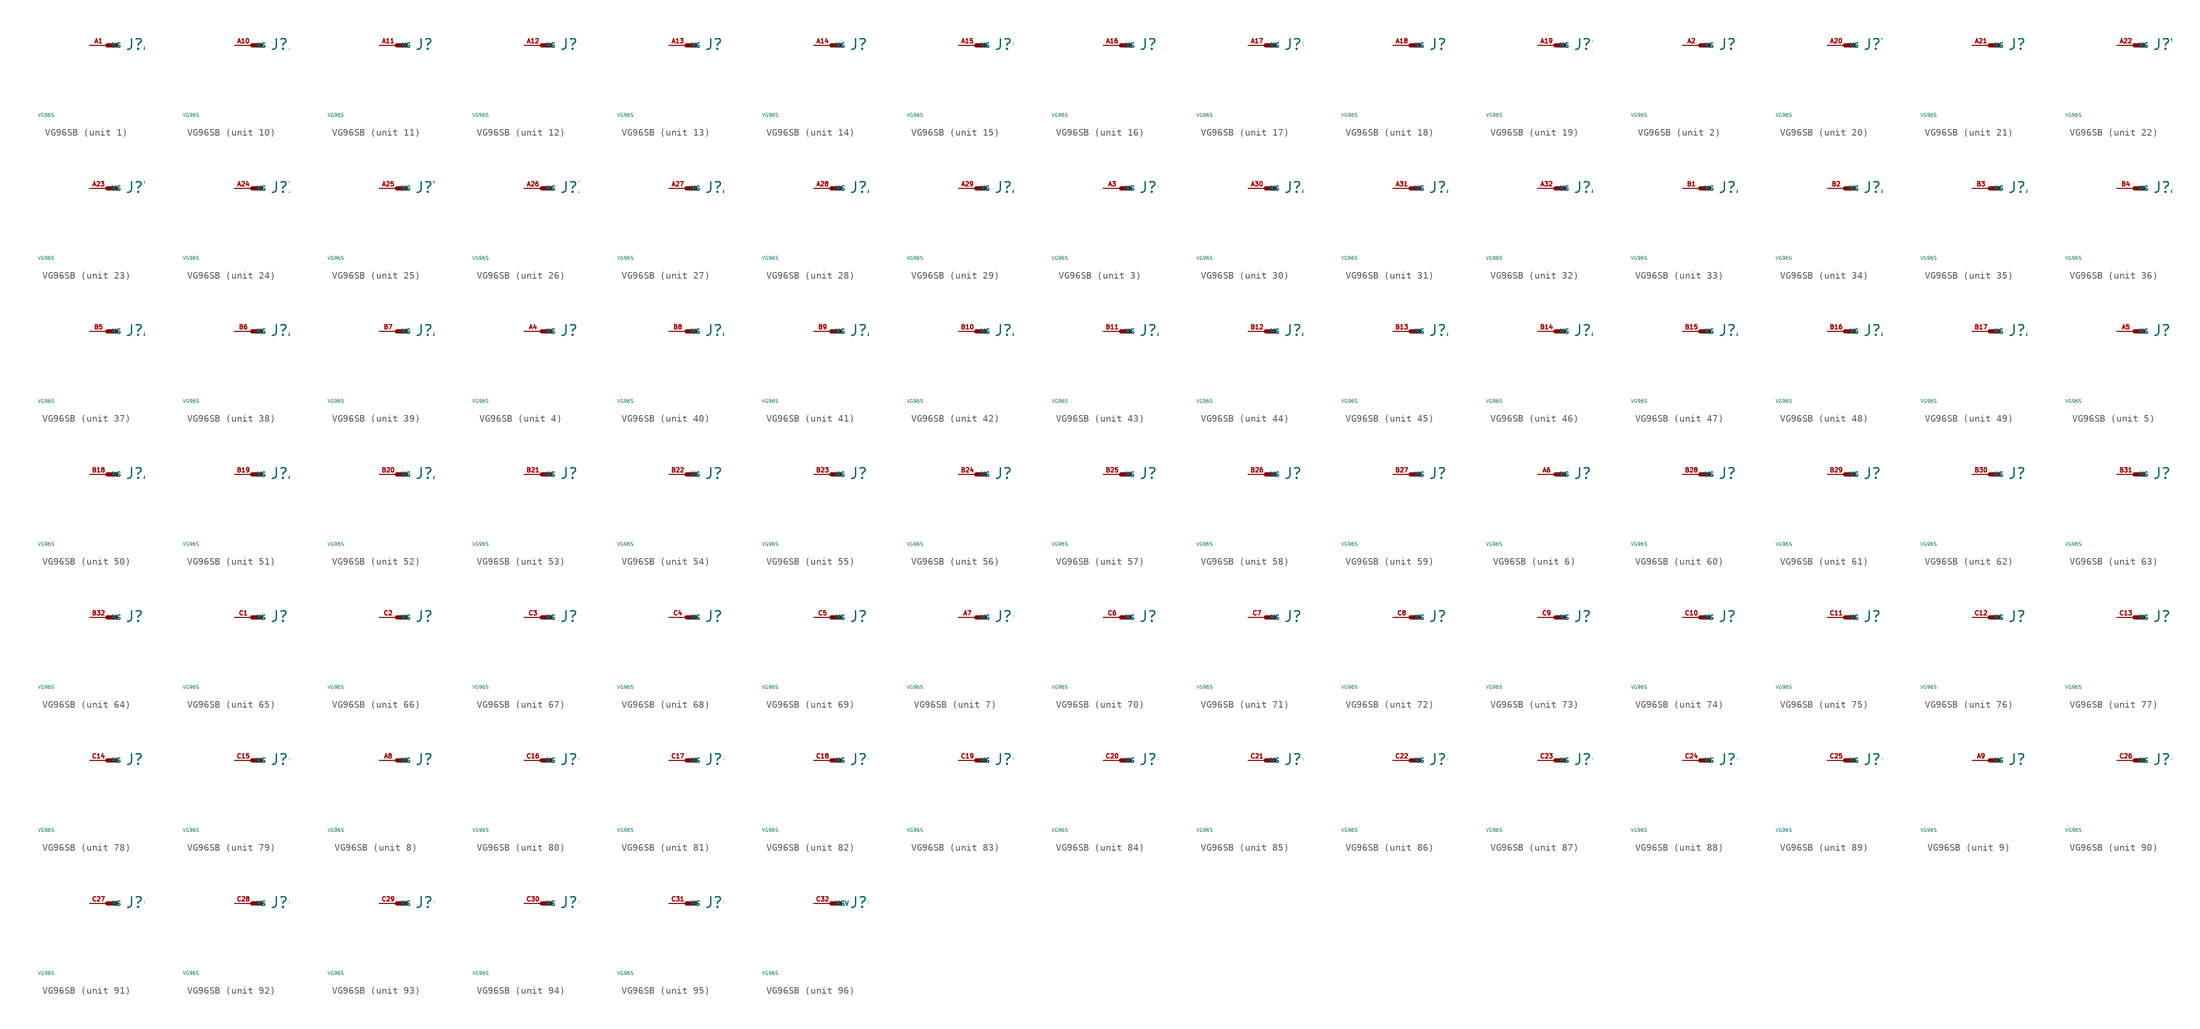
<source format=kicad_sym>
(kicad_symbol_lib
  (version 20220914)
  (generator Eagle2Kicad)
  (symbol "VG96SB"
    (property "Reference" "J"
      (at 2.54 -0.762 0)
      (effects (font (size 1.524 1.524) (thickness 0.19)) (justify left bottom)))
    (property "Value" "VG96S"
      (at -10 -10 0)
      (effects (font (size 0.5 0.5) (thickness 0.06)) (justify left)))
    (symbol "VG96SB_1_0"
      (polyline (pts (xy 0 0) (xy 1.27 0)) (stroke (width 0.61) (type default)) (fill (type none)))
      (pin passive line (at -2.54 0 0) (length 2.54) (name "MS" (effects (font (size 0.635 0.635) (thickness 0.08)) (justify left bottom))) (number "A1" (effects (font (size 0.635 0.635) (thickness 0.08)) (justify left bottom)))))
    (symbol "VG96SB_2_0"
      (polyline (pts (xy 0 0) (xy 1.27 0)) (stroke (width 0.61) (type default)) (fill (type none)))
      (pin passive line (at -2.54 0 0) (length 2.54) (name "MS" (effects (font (size 0.635 0.635) (thickness 0.08)) (justify left bottom))) (number "A2" (effects (font (size 0.635 0.635) (thickness 0.08)) (justify left bottom)))))
    (symbol "VG96SB_3_0"
      (polyline (pts (xy 0 0) (xy 1.27 0)) (stroke (width 0.61) (type default)) (fill (type none)))
      (pin passive line (at -2.54 0 0) (length 2.54) (name "MS" (effects (font (size 0.635 0.635) (thickness 0.08)) (justify left bottom))) (number "A3" (effects (font (size 0.635 0.635) (thickness 0.08)) (justify left bottom)))))
    (symbol "VG96SB_4_0"
      (polyline (pts (xy 0 0) (xy 1.27 0)) (stroke (width 0.61) (type default)) (fill (type none)))
      (pin passive line (at -2.54 0 0) (length 2.54) (name "MS" (effects (font (size 0.635 0.635) (thickness 0.08)) (justify left bottom))) (number "A4" (effects (font (size 0.635 0.635) (thickness 0.08)) (justify left bottom)))))
    (symbol "VG96SB_5_0"
      (polyline (pts (xy 0 0) (xy 1.27 0)) (stroke (width 0.61) (type default)) (fill (type none)))
      (pin passive line (at -2.54 0 0) (length 2.54) (name "MS" (effects (font (size 0.635 0.635) (thickness 0.08)) (justify left bottom))) (number "A5" (effects (font (size 0.635 0.635) (thickness 0.08)) (justify left bottom)))))
    (symbol "VG96SB_6_0"
      (polyline (pts (xy 0 0) (xy 1.27 0)) (stroke (width 0.61) (type default)) (fill (type none)))
      (pin passive line (at -2.54 0 0) (length 2.54) (name "MS" (effects (font (size 0.635 0.635) (thickness 0.08)) (justify left bottom))) (number "A6" (effects (font (size 0.635 0.635) (thickness 0.08)) (justify left bottom)))))
    (symbol "VG96SB_7_0"
      (polyline (pts (xy 0 0) (xy 1.27 0)) (stroke (width 0.61) (type default)) (fill (type none)))
      (pin passive line (at -2.54 0 0) (length 2.54) (name "MS" (effects (font (size 0.635 0.635) (thickness 0.08)) (justify left bottom))) (number "A7" (effects (font (size 0.635 0.635) (thickness 0.08)) (justify left bottom)))))
    (symbol "VG96SB_8_0"
      (polyline (pts (xy 0 0) (xy 1.27 0)) (stroke (width 0.61) (type default)) (fill (type none)))
      (pin passive line (at -2.54 0 0) (length 2.54) (name "MS" (effects (font (size 0.635 0.635) (thickness 0.08)) (justify left bottom))) (number "A8" (effects (font (size 0.635 0.635) (thickness 0.08)) (justify left bottom)))))
    (symbol "VG96SB_9_0"
      (polyline (pts (xy 0 0) (xy 1.27 0)) (stroke (width 0.61) (type default)) (fill (type none)))
      (pin passive line (at -2.54 0 0) (length 2.54) (name "MS" (effects (font (size 0.635 0.635) (thickness 0.08)) (justify left bottom))) (number "A9" (effects (font (size 0.635 0.635) (thickness 0.08)) (justify left bottom)))))
    (symbol "VG96SB_10_0"
      (polyline (pts (xy 0 0) (xy 1.27 0)) (stroke (width 0.61) (type default)) (fill (type none)))
      (pin passive line (at -2.54 0 0) (length 2.54) (name "MS" (effects (font (size 0.635 0.635) (thickness 0.08)) (justify left bottom))) (number "A10" (effects (font (size 0.635 0.635) (thickness 0.08)) (justify left bottom)))))
    (symbol "VG96SB_11_0"
      (polyline (pts (xy 0 0) (xy 1.27 0)) (stroke (width 0.61) (type default)) (fill (type none)))
      (pin passive line (at -2.54 0 0) (length 2.54) (name "MS" (effects (font (size 0.635 0.635) (thickness 0.08)) (justify left bottom))) (number "A11" (effects (font (size 0.635 0.635) (thickness 0.08)) (justify left bottom)))))
    (symbol "VG96SB_12_0"
      (polyline (pts (xy 0 0) (xy 1.27 0)) (stroke (width 0.61) (type default)) (fill (type none)))
      (pin passive line (at -2.54 0 0) (length 2.54) (name "MS" (effects (font (size 0.635 0.635) (thickness 0.08)) (justify left bottom))) (number "A12" (effects (font (size 0.635 0.635) (thickness 0.08)) (justify left bottom)))))
    (symbol "VG96SB_13_0"
      (polyline (pts (xy 0 0) (xy 1.27 0)) (stroke (width 0.61) (type default)) (fill (type none)))
      (pin passive line (at -2.54 0 0) (length 2.54) (name "MS" (effects (font (size 0.635 0.635) (thickness 0.08)) (justify left bottom))) (number "A13" (effects (font (size 0.635 0.635) (thickness 0.08)) (justify left bottom)))))
    (symbol "VG96SB_14_0"
      (polyline (pts (xy 0 0) (xy 1.27 0)) (stroke (width 0.61) (type default)) (fill (type none)))
      (pin passive line (at -2.54 0 0) (length 2.54) (name "MS" (effects (font (size 0.635 0.635) (thickness 0.08)) (justify left bottom))) (number "A14" (effects (font (size 0.635 0.635) (thickness 0.08)) (justify left bottom)))))
    (symbol "VG96SB_15_0"
      (polyline (pts (xy 0 0) (xy 1.27 0)) (stroke (width 0.61) (type default)) (fill (type none)))
      (pin passive line (at -2.54 0 0) (length 2.54) (name "MS" (effects (font (size 0.635 0.635) (thickness 0.08)) (justify left bottom))) (number "A15" (effects (font (size 0.635 0.635) (thickness 0.08)) (justify left bottom)))))
    (symbol "VG96SB_16_0"
      (polyline (pts (xy 0 0) (xy 1.27 0)) (stroke (width 0.61) (type default)) (fill (type none)))
      (pin passive line (at -2.54 0 0) (length 2.54) (name "MS" (effects (font (size 0.635 0.635) (thickness 0.08)) (justify left bottom))) (number "A16" (effects (font (size 0.635 0.635) (thickness 0.08)) (justify left bottom)))))
    (symbol "VG96SB_17_0"
      (polyline (pts (xy 0 0) (xy 1.27 0)) (stroke (width 0.61) (type default)) (fill (type none)))
      (pin passive line (at -2.54 0 0) (length 2.54) (name "MS" (effects (font (size 0.635 0.635) (thickness 0.08)) (justify left bottom))) (number "A17" (effects (font (size 0.635 0.635) (thickness 0.08)) (justify left bottom)))))
    (symbol "VG96SB_18_0"
      (polyline (pts (xy 0 0) (xy 1.27 0)) (stroke (width 0.61) (type default)) (fill (type none)))
      (pin passive line (at -2.54 0 0) (length 2.54) (name "MS" (effects (font (size 0.635 0.635) (thickness 0.08)) (justify left bottom))) (number "A18" (effects (font (size 0.635 0.635) (thickness 0.08)) (justify left bottom)))))
    (symbol "VG96SB_19_0"
      (polyline (pts (xy 0 0) (xy 1.27 0)) (stroke (width 0.61) (type default)) (fill (type none)))
      (pin passive line (at -2.54 0 0) (length 2.54) (name "MS" (effects (font (size 0.635 0.635) (thickness 0.08)) (justify left bottom))) (number "A19" (effects (font (size 0.635 0.635) (thickness 0.08)) (justify left bottom)))))
    (symbol "VG96SB_20_0"
      (polyline (pts (xy 0 0) (xy 1.27 0)) (stroke (width 0.61) (type default)) (fill (type none)))
      (pin passive line (at -2.54 0 0) (length 2.54) (name "MS" (effects (font (size 0.635 0.635) (thickness 0.08)) (justify left bottom))) (number "A20" (effects (font (size 0.635 0.635) (thickness 0.08)) (justify left bottom)))))
    (symbol "VG96SB_21_0"
      (polyline (pts (xy 0 0) (xy 1.27 0)) (stroke (width 0.61) (type default)) (fill (type none)))
      (pin passive line (at -2.54 0 0) (length 2.54) (name "MS" (effects (font (size 0.635 0.635) (thickness 0.08)) (justify left bottom))) (number "A21" (effects (font (size 0.635 0.635) (thickness 0.08)) (justify left bottom)))))
    (symbol "VG96SB_22_0"
      (polyline (pts (xy 0 0) (xy 1.27 0)) (stroke (width 0.61) (type default)) (fill (type none)))
      (pin passive line (at -2.54 0 0) (length 2.54) (name "MS" (effects (font (size 0.635 0.635) (thickness 0.08)) (justify left bottom))) (number "A22" (effects (font (size 0.635 0.635) (thickness 0.08)) (justify left bottom)))))
    (symbol "VG96SB_23_0"
      (polyline (pts (xy 0 0) (xy 1.27 0)) (stroke (width 0.61) (type default)) (fill (type none)))
      (pin passive line (at -2.54 0 0) (length 2.54) (name "MS" (effects (font (size 0.635 0.635) (thickness 0.08)) (justify left bottom))) (number "A23" (effects (font (size 0.635 0.635) (thickness 0.08)) (justify left bottom)))))
    (symbol "VG96SB_24_0"
      (polyline (pts (xy 0 0) (xy 1.27 0)) (stroke (width 0.61) (type default)) (fill (type none)))
      (pin passive line (at -2.54 0 0) (length 2.54) (name "MS" (effects (font (size 0.635 0.635) (thickness 0.08)) (justify left bottom))) (number "A24" (effects (font (size 0.635 0.635) (thickness 0.08)) (justify left bottom)))))
    (symbol "VG96SB_25_0"
      (polyline (pts (xy 0 0) (xy 1.27 0)) (stroke (width 0.61) (type default)) (fill (type none)))
      (pin passive line (at -2.54 0 0) (length 2.54) (name "MS" (effects (font (size 0.635 0.635) (thickness 0.08)) (justify left bottom))) (number "A25" (effects (font (size 0.635 0.635) (thickness 0.08)) (justify left bottom)))))
    (symbol "VG96SB_26_0"
      (polyline (pts (xy 0 0) (xy 1.27 0)) (stroke (width 0.61) (type default)) (fill (type none)))
      (pin passive line (at -2.54 0 0) (length 2.54) (name "MS" (effects (font (size 0.635 0.635) (thickness 0.08)) (justify left bottom))) (number "A26" (effects (font (size 0.635 0.635) (thickness 0.08)) (justify left bottom)))))
    (symbol "VG96SB_27_0"
      (polyline (pts (xy 0 0) (xy 1.27 0)) (stroke (width 0.61) (type default)) (fill (type none)))
      (pin passive line (at -2.54 0 0) (length 2.54) (name "MS" (effects (font (size 0.635 0.635) (thickness 0.08)) (justify left bottom))) (number "A27" (effects (font (size 0.635 0.635) (thickness 0.08)) (justify left bottom)))))
    (symbol "VG96SB_28_0"
      (polyline (pts (xy 0 0) (xy 1.27 0)) (stroke (width 0.61) (type default)) (fill (type none)))
      (pin passive line (at -2.54 0 0) (length 2.54) (name "MS" (effects (font (size 0.635 0.635) (thickness 0.08)) (justify left bottom))) (number "A28" (effects (font (size 0.635 0.635) (thickness 0.08)) (justify left bottom)))))
    (symbol "VG96SB_29_0"
      (polyline (pts (xy 0 0) (xy 1.27 0)) (stroke (width 0.61) (type default)) (fill (type none)))
      (pin passive line (at -2.54 0 0) (length 2.54) (name "MS" (effects (font (size 0.635 0.635) (thickness 0.08)) (justify left bottom))) (number "A29" (effects (font (size 0.635 0.635) (thickness 0.08)) (justify left bottom)))))
    (symbol "VG96SB_30_0"
      (polyline (pts (xy 0 0) (xy 1.27 0)) (stroke (width 0.61) (type default)) (fill (type none)))
      (pin passive line (at -2.54 0 0) (length 2.54) (name "MS" (effects (font (size 0.635 0.635) (thickness 0.08)) (justify left bottom))) (number "A30" (effects (font (size 0.635 0.635) (thickness 0.08)) (justify left bottom)))))
    (symbol "VG96SB_31_0"
      (polyline (pts (xy 0 0) (xy 1.27 0)) (stroke (width 0.61) (type default)) (fill (type none)))
      (pin passive line (at -2.54 0 0) (length 2.54) (name "MS" (effects (font (size 0.635 0.635) (thickness 0.08)) (justify left bottom))) (number "A31" (effects (font (size 0.635 0.635) (thickness 0.08)) (justify left bottom)))))
    (symbol "VG96SB_32_0"
      (polyline (pts (xy 0 0) (xy 1.27 0)) (stroke (width 0.61) (type default)) (fill (type none)))
      (pin passive line (at -2.54 0 0) (length 2.54) (name "MS" (effects (font (size 0.635 0.635) (thickness 0.08)) (justify left bottom))) (number "A32" (effects (font (size 0.635 0.635) (thickness 0.08)) (justify left bottom)))))
    (symbol "VG96SB_33_0"
      (polyline (pts (xy 0 0) (xy 1.27 0)) (stroke (width 0.61) (type default)) (fill (type none)))
      (pin passive line (at -2.54 0 0) (length 2.54) (name "MS" (effects (font (size 0.635 0.635) (thickness 0.08)) (justify left bottom))) (number "B1" (effects (font (size 0.635 0.635) (thickness 0.08)) (justify left bottom)))))
    (symbol "VG96SB_34_0"
      (polyline (pts (xy 0 0) (xy 1.27 0)) (stroke (width 0.61) (type default)) (fill (type none)))
      (pin passive line (at -2.54 0 0) (length 2.54) (name "MS" (effects (font (size 0.635 0.635) (thickness 0.08)) (justify left bottom))) (number "B2" (effects (font (size 0.635 0.635) (thickness 0.08)) (justify left bottom)))))
    (symbol "VG96SB_35_0"
      (polyline (pts (xy 0 0) (xy 1.27 0)) (stroke (width 0.61) (type default)) (fill (type none)))
      (pin passive line (at -2.54 0 0) (length 2.54) (name "MS" (effects (font (size 0.635 0.635) (thickness 0.08)) (justify left bottom))) (number "B3" (effects (font (size 0.635 0.635) (thickness 0.08)) (justify left bottom)))))
    (symbol "VG96SB_36_0"
      (polyline (pts (xy 0 0) (xy 1.27 0)) (stroke (width 0.61) (type default)) (fill (type none)))
      (pin passive line (at -2.54 0 0) (length 2.54) (name "MS" (effects (font (size 0.635 0.635) (thickness 0.08)) (justify left bottom))) (number "B4" (effects (font (size 0.635 0.635) (thickness 0.08)) (justify left bottom)))))
    (symbol "VG96SB_37_0"
      (polyline (pts (xy 0 0) (xy 1.27 0)) (stroke (width 0.61) (type default)) (fill (type none)))
      (pin passive line (at -2.54 0 0) (length 2.54) (name "MS" (effects (font (size 0.635 0.635) (thickness 0.08)) (justify left bottom))) (number "B5" (effects (font (size 0.635 0.635) (thickness 0.08)) (justify left bottom)))))
    (symbol "VG96SB_38_0"
      (polyline (pts (xy 0 0) (xy 1.27 0)) (stroke (width 0.61) (type default)) (fill (type none)))
      (pin passive line (at -2.54 0 0) (length 2.54) (name "MS" (effects (font (size 0.635 0.635) (thickness 0.08)) (justify left bottom))) (number "B6" (effects (font (size 0.635 0.635) (thickness 0.08)) (justify left bottom)))))
    (symbol "VG96SB_39_0"
      (polyline (pts (xy 0 0) (xy 1.27 0)) (stroke (width 0.61) (type default)) (fill (type none)))
      (pin passive line (at -2.54 0 0) (length 2.54) (name "MS" (effects (font (size 0.635 0.635) (thickness 0.08)) (justify left bottom))) (number "B7" (effects (font (size 0.635 0.635) (thickness 0.08)) (justify left bottom)))))
    (symbol "VG96SB_40_0"
      (polyline (pts (xy 0 0) (xy 1.27 0)) (stroke (width 0.61) (type default)) (fill (type none)))
      (pin passive line (at -2.54 0 0) (length 2.54) (name "MS" (effects (font (size 0.635 0.635) (thickness 0.08)) (justify left bottom))) (number "B8" (effects (font (size 0.635 0.635) (thickness 0.08)) (justify left bottom)))))
    (symbol "VG96SB_41_0"
      (polyline (pts (xy 0 0) (xy 1.27 0)) (stroke (width 0.61) (type default)) (fill (type none)))
      (pin passive line (at -2.54 0 0) (length 2.54) (name "MS" (effects (font (size 0.635 0.635) (thickness 0.08)) (justify left bottom))) (number "B9" (effects (font (size 0.635 0.635) (thickness 0.08)) (justify left bottom)))))
    (symbol "VG96SB_42_0"
      (polyline (pts (xy 0 0) (xy 1.27 0)) (stroke (width 0.61) (type default)) (fill (type none)))
      (pin passive line (at -2.54 0 0) (length 2.54) (name "MS" (effects (font (size 0.635 0.635) (thickness 0.08)) (justify left bottom))) (number "B10" (effects (font (size 0.635 0.635) (thickness 0.08)) (justify left bottom)))))
    (symbol "VG96SB_43_0"
      (polyline (pts (xy 0 0) (xy 1.27 0)) (stroke (width 0.61) (type default)) (fill (type none)))
      (pin passive line (at -2.54 0 0) (length 2.54) (name "MS" (effects (font (size 0.635 0.635) (thickness 0.08)) (justify left bottom))) (number "B11" (effects (font (size 0.635 0.635) (thickness 0.08)) (justify left bottom)))))
    (symbol "VG96SB_44_0"
      (polyline (pts (xy 0 0) (xy 1.27 0)) (stroke (width 0.61) (type default)) (fill (type none)))
      (pin passive line (at -2.54 0 0) (length 2.54) (name "MS" (effects (font (size 0.635 0.635) (thickness 0.08)) (justify left bottom))) (number "B12" (effects (font (size 0.635 0.635) (thickness 0.08)) (justify left bottom)))))
    (symbol "VG96SB_45_0"
      (polyline (pts (xy 0 0) (xy 1.27 0)) (stroke (width 0.61) (type default)) (fill (type none)))
      (pin passive line (at -2.54 0 0) (length 2.54) (name "MS" (effects (font (size 0.635 0.635) (thickness 0.08)) (justify left bottom))) (number "B13" (effects (font (size 0.635 0.635) (thickness 0.08)) (justify left bottom)))))
    (symbol "VG96SB_46_0"
      (polyline (pts (xy 0 0) (xy 1.27 0)) (stroke (width 0.61) (type default)) (fill (type none)))
      (pin passive line (at -2.54 0 0) (length 2.54) (name "MS" (effects (font (size 0.635 0.635) (thickness 0.08)) (justify left bottom))) (number "B14" (effects (font (size 0.635 0.635) (thickness 0.08)) (justify left bottom)))))
    (symbol "VG96SB_47_0"
      (polyline (pts (xy 0 0) (xy 1.27 0)) (stroke (width 0.61) (type default)) (fill (type none)))
      (pin passive line (at -2.54 0 0) (length 2.54) (name "MS" (effects (font (size 0.635 0.635) (thickness 0.08)) (justify left bottom))) (number "B15" (effects (font (size 0.635 0.635) (thickness 0.08)) (justify left bottom)))))
    (symbol "VG96SB_48_0"
      (polyline (pts (xy 0 0) (xy 1.27 0)) (stroke (width 0.61) (type default)) (fill (type none)))
      (pin passive line (at -2.54 0 0) (length 2.54) (name "MS" (effects (font (size 0.635 0.635) (thickness 0.08)) (justify left bottom))) (number "B16" (effects (font (size 0.635 0.635) (thickness 0.08)) (justify left bottom)))))
    (symbol "VG96SB_49_0"
      (polyline (pts (xy 0 0) (xy 1.27 0)) (stroke (width 0.61) (type default)) (fill (type none)))
      (pin passive line (at -2.54 0 0) (length 2.54) (name "MS" (effects (font (size 0.635 0.635) (thickness 0.08)) (justify left bottom))) (number "B17" (effects (font (size 0.635 0.635) (thickness 0.08)) (justify left bottom)))))
    (symbol "VG96SB_50_0"
      (polyline (pts (xy 0 0) (xy 1.27 0)) (stroke (width 0.61) (type default)) (fill (type none)))
      (pin passive line (at -2.54 0 0) (length 2.54) (name "MS" (effects (font (size 0.635 0.635) (thickness 0.08)) (justify left bottom))) (number "B18" (effects (font (size 0.635 0.635) (thickness 0.08)) (justify left bottom)))))
    (symbol "VG96SB_51_0"
      (polyline (pts (xy 0 0) (xy 1.27 0)) (stroke (width 0.61) (type default)) (fill (type none)))
      (pin passive line (at -2.54 0 0) (length 2.54) (name "MS" (effects (font (size 0.635 0.635) (thickness 0.08)) (justify left bottom))) (number "B19" (effects (font (size 0.635 0.635) (thickness 0.08)) (justify left bottom)))))
    (symbol "VG96SB_52_0"
      (polyline (pts (xy 0 0) (xy 1.27 0)) (stroke (width 0.61) (type default)) (fill (type none)))
      (pin passive line (at -2.54 0 0) (length 2.54) (name "MS" (effects (font (size 0.635 0.635) (thickness 0.08)) (justify left bottom))) (number "B20" (effects (font (size 0.635 0.635) (thickness 0.08)) (justify left bottom)))))
    (symbol "VG96SB_53_0"
      (polyline (pts (xy 0 0) (xy 1.27 0)) (stroke (width 0.61) (type default)) (fill (type none)))
      (pin passive line (at -2.54 0 0) (length 2.54) (name "MS" (effects (font (size 0.635 0.635) (thickness 0.08)) (justify left bottom))) (number "B21" (effects (font (size 0.635 0.635) (thickness 0.08)) (justify left bottom)))))
    (symbol "VG96SB_54_0"
      (polyline (pts (xy 0 0) (xy 1.27 0)) (stroke (width 0.61) (type default)) (fill (type none)))
      (pin passive line (at -2.54 0 0) (length 2.54) (name "MS" (effects (font (size 0.635 0.635) (thickness 0.08)) (justify left bottom))) (number "B22" (effects (font (size 0.635 0.635) (thickness 0.08)) (justify left bottom)))))
    (symbol "VG96SB_55_0"
      (polyline (pts (xy 0 0) (xy 1.27 0)) (stroke (width 0.61) (type default)) (fill (type none)))
      (pin passive line (at -2.54 0 0) (length 2.54) (name "MS" (effects (font (size 0.635 0.635) (thickness 0.08)) (justify left bottom))) (number "B23" (effects (font (size 0.635 0.635) (thickness 0.08)) (justify left bottom)))))
    (symbol "VG96SB_56_0"
      (polyline (pts (xy 0 0) (xy 1.27 0)) (stroke (width 0.61) (type default)) (fill (type none)))
      (pin passive line (at -2.54 0 0) (length 2.54) (name "MS" (effects (font (size 0.635 0.635) (thickness 0.08)) (justify left bottom))) (number "B24" (effects (font (size 0.635 0.635) (thickness 0.08)) (justify left bottom)))))
    (symbol "VG96SB_57_0"
      (polyline (pts (xy 0 0) (xy 1.27 0)) (stroke (width 0.61) (type default)) (fill (type none)))
      (pin passive line (at -2.54 0 0) (length 2.54) (name "MS" (effects (font (size 0.635 0.635) (thickness 0.08)) (justify left bottom))) (number "B25" (effects (font (size 0.635 0.635) (thickness 0.08)) (justify left bottom)))))
    (symbol "VG96SB_58_0"
      (polyline (pts (xy 0 0) (xy 1.27 0)) (stroke (width 0.61) (type default)) (fill (type none)))
      (pin passive line (at -2.54 0 0) (length 2.54) (name "MS" (effects (font (size 0.635 0.635) (thickness 0.08)) (justify left bottom))) (number "B26" (effects (font (size 0.635 0.635) (thickness 0.08)) (justify left bottom)))))
    (symbol "VG96SB_59_0"
      (polyline (pts (xy 0 0) (xy 1.27 0)) (stroke (width 0.61) (type default)) (fill (type none)))
      (pin passive line (at -2.54 0 0) (length 2.54) (name "MS" (effects (font (size 0.635 0.635) (thickness 0.08)) (justify left bottom))) (number "B27" (effects (font (size 0.635 0.635) (thickness 0.08)) (justify left bottom)))))
    (symbol "VG96SB_60_0"
      (polyline (pts (xy 0 0) (xy 1.27 0)) (stroke (width 0.61) (type default)) (fill (type none)))
      (pin passive line (at -2.54 0 0) (length 2.54) (name "MS" (effects (font (size 0.635 0.635) (thickness 0.08)) (justify left bottom))) (number "B28" (effects (font (size 0.635 0.635) (thickness 0.08)) (justify left bottom)))))
    (symbol "VG96SB_61_0"
      (polyline (pts (xy 0 0) (xy 1.27 0)) (stroke (width 0.61) (type default)) (fill (type none)))
      (pin passive line (at -2.54 0 0) (length 2.54) (name "MS" (effects (font (size 0.635 0.635) (thickness 0.08)) (justify left bottom))) (number "B29" (effects (font (size 0.635 0.635) (thickness 0.08)) (justify left bottom)))))
    (symbol "VG96SB_62_0"
      (polyline (pts (xy 0 0) (xy 1.27 0)) (stroke (width 0.61) (type default)) (fill (type none)))
      (pin passive line (at -2.54 0 0) (length 2.54) (name "MS" (effects (font (size 0.635 0.635) (thickness 0.08)) (justify left bottom))) (number "B30" (effects (font (size 0.635 0.635) (thickness 0.08)) (justify left bottom)))))
    (symbol "VG96SB_63_0"
      (polyline (pts (xy 0 0) (xy 1.27 0)) (stroke (width 0.61) (type default)) (fill (type none)))
      (pin passive line (at -2.54 0 0) (length 2.54) (name "MS" (effects (font (size 0.635 0.635) (thickness 0.08)) (justify left bottom))) (number "B31" (effects (font (size 0.635 0.635) (thickness 0.08)) (justify left bottom)))))
    (symbol "VG96SB_64_0"
      (polyline (pts (xy 0 0) (xy 1.27 0)) (stroke (width 0.61) (type default)) (fill (type none)))
      (pin passive line (at -2.54 0 0) (length 2.54) (name "MS" (effects (font (size 0.635 0.635) (thickness 0.08)) (justify left bottom))) (number "B32" (effects (font (size 0.635 0.635) (thickness 0.08)) (justify left bottom)))))
    (symbol "VG96SB_65_0"
      (polyline (pts (xy 0 0) (xy 1.27 0)) (stroke (width 0.61) (type default)) (fill (type none)))
      (pin passive line (at -2.54 0 0) (length 2.54) (name "MS" (effects (font (size 0.635 0.635) (thickness 0.08)) (justify left bottom))) (number "C1" (effects (font (size 0.635 0.635) (thickness 0.08)) (justify left bottom)))))
    (symbol "VG96SB_66_0"
      (polyline (pts (xy 0 0) (xy 1.27 0)) (stroke (width 0.61) (type default)) (fill (type none)))
      (pin passive line (at -2.54 0 0) (length 2.54) (name "MS" (effects (font (size 0.635 0.635) (thickness 0.08)) (justify left bottom))) (number "C2" (effects (font (size 0.635 0.635) (thickness 0.08)) (justify left bottom)))))
    (symbol "VG96SB_67_0"
      (polyline (pts (xy 0 0) (xy 1.27 0)) (stroke (width 0.61) (type default)) (fill (type none)))
      (pin passive line (at -2.54 0 0) (length 2.54) (name "MS" (effects (font (size 0.635 0.635) (thickness 0.08)) (justify left bottom))) (number "C3" (effects (font (size 0.635 0.635) (thickness 0.08)) (justify left bottom)))))
    (symbol "VG96SB_68_0"
      (polyline (pts (xy 0 0) (xy 1.27 0)) (stroke (width 0.61) (type default)) (fill (type none)))
      (pin passive line (at -2.54 0 0) (length 2.54) (name "MS" (effects (font (size 0.635 0.635) (thickness 0.08)) (justify left bottom))) (number "C4" (effects (font (size 0.635 0.635) (thickness 0.08)) (justify left bottom)))))
    (symbol "VG96SB_69_0"
      (polyline (pts (xy 0 0) (xy 1.27 0)) (stroke (width 0.61) (type default)) (fill (type none)))
      (pin passive line (at -2.54 0 0) (length 2.54) (name "MS" (effects (font (size 0.635 0.635) (thickness 0.08)) (justify left bottom))) (number "C5" (effects (font (size 0.635 0.635) (thickness 0.08)) (justify left bottom)))))
    (symbol "VG96SB_70_0"
      (polyline (pts (xy 0 0) (xy 1.27 0)) (stroke (width 0.61) (type default)) (fill (type none)))
      (pin passive line (at -2.54 0 0) (length 2.54) (name "MS" (effects (font (size 0.635 0.635) (thickness 0.08)) (justify left bottom))) (number "C6" (effects (font (size 0.635 0.635) (thickness 0.08)) (justify left bottom)))))
    (symbol "VG96SB_71_0"
      (polyline (pts (xy 0 0) (xy 1.27 0)) (stroke (width 0.61) (type default)) (fill (type none)))
      (pin passive line (at -2.54 0 0) (length 2.54) (name "MS" (effects (font (size 0.635 0.635) (thickness 0.08)) (justify left bottom))) (number "C7" (effects (font (size 0.635 0.635) (thickness 0.08)) (justify left bottom)))))
    (symbol "VG96SB_72_0"
      (polyline (pts (xy 0 0) (xy 1.27 0)) (stroke (width 0.61) (type default)) (fill (type none)))
      (pin passive line (at -2.54 0 0) (length 2.54) (name "MS" (effects (font (size 0.635 0.635) (thickness 0.08)) (justify left bottom))) (number "C8" (effects (font (size 0.635 0.635) (thickness 0.08)) (justify left bottom)))))
    (symbol "VG96SB_73_0"
      (polyline (pts (xy 0 0) (xy 1.27 0)) (stroke (width 0.61) (type default)) (fill (type none)))
      (pin passive line (at -2.54 0 0) (length 2.54) (name "MS" (effects (font (size 0.635 0.635) (thickness 0.08)) (justify left bottom))) (number "C9" (effects (font (size 0.635 0.635) (thickness 0.08)) (justify left bottom)))))
    (symbol "VG96SB_74_0"
      (polyline (pts (xy 0 0) (xy 1.27 0)) (stroke (width 0.61) (type default)) (fill (type none)))
      (pin passive line (at -2.54 0 0) (length 2.54) (name "MS" (effects (font (size 0.635 0.635) (thickness 0.08)) (justify left bottom))) (number "C10" (effects (font (size 0.635 0.635) (thickness 0.08)) (justify left bottom)))))
    (symbol "VG96SB_75_0"
      (polyline (pts (xy 0 0) (xy 1.27 0)) (stroke (width 0.61) (type default)) (fill (type none)))
      (pin passive line (at -2.54 0 0) (length 2.54) (name "MS" (effects (font (size 0.635 0.635) (thickness 0.08)) (justify left bottom))) (number "C11" (effects (font (size 0.635 0.635) (thickness 0.08)) (justify left bottom)))))
    (symbol "VG96SB_76_0"
      (polyline (pts (xy 0 0) (xy 1.27 0)) (stroke (width 0.61) (type default)) (fill (type none)))
      (pin passive line (at -2.54 0 0) (length 2.54) (name "MS" (effects (font (size 0.635 0.635) (thickness 0.08)) (justify left bottom))) (number "C12" (effects (font (size 0.635 0.635) (thickness 0.08)) (justify left bottom)))))
    (symbol "VG96SB_77_0"
      (polyline (pts (xy 0 0) (xy 1.27 0)) (stroke (width 0.61) (type default)) (fill (type none)))
      (pin passive line (at -2.54 0 0) (length 2.54) (name "MS" (effects (font (size 0.635 0.635) (thickness 0.08)) (justify left bottom))) (number "C13" (effects (font (size 0.635 0.635) (thickness 0.08)) (justify left bottom)))))
    (symbol "VG96SB_78_0"
      (polyline (pts (xy 0 0) (xy 1.27 0)) (stroke (width 0.61) (type default)) (fill (type none)))
      (pin passive line (at -2.54 0 0) (length 2.54) (name "MS" (effects (font (size 0.635 0.635) (thickness 0.08)) (justify left bottom))) (number "C14" (effects (font (size 0.635 0.635) (thickness 0.08)) (justify left bottom)))))
    (symbol "VG96SB_79_0"
      (polyline (pts (xy 0 0) (xy 1.27 0)) (stroke (width 0.61) (type default)) (fill (type none)))
      (pin passive line (at -2.54 0 0) (length 2.54) (name "MS" (effects (font (size 0.635 0.635) (thickness 0.08)) (justify left bottom))) (number "C15" (effects (font (size 0.635 0.635) (thickness 0.08)) (justify left bottom)))))
    (symbol "VG96SB_80_0"
      (polyline (pts (xy 0 0) (xy 1.27 0)) (stroke (width 0.61) (type default)) (fill (type none)))
      (pin passive line (at -2.54 0 0) (length 2.54) (name "MS" (effects (font (size 0.635 0.635) (thickness 0.08)) (justify left bottom))) (number "C16" (effects (font (size 0.635 0.635) (thickness 0.08)) (justify left bottom)))))
    (symbol "VG96SB_81_0"
      (polyline (pts (xy 0 0) (xy 1.27 0)) (stroke (width 0.61) (type default)) (fill (type none)))
      (pin passive line (at -2.54 0 0) (length 2.54) (name "MS" (effects (font (size 0.635 0.635) (thickness 0.08)) (justify left bottom))) (number "C17" (effects (font (size 0.635 0.635) (thickness 0.08)) (justify left bottom)))))
    (symbol "VG96SB_82_0"
      (polyline (pts (xy 0 0) (xy 1.27 0)) (stroke (width 0.61) (type default)) (fill (type none)))
      (pin passive line (at -2.54 0 0) (length 2.54) (name "MS" (effects (font (size 0.635 0.635) (thickness 0.08)) (justify left bottom))) (number "C18" (effects (font (size 0.635 0.635) (thickness 0.08)) (justify left bottom)))))
    (symbol "VG96SB_83_0"
      (polyline (pts (xy 0 0) (xy 1.27 0)) (stroke (width 0.61) (type default)) (fill (type none)))
      (pin passive line (at -2.54 0 0) (length 2.54) (name "MS" (effects (font (size 0.635 0.635) (thickness 0.08)) (justify left bottom))) (number "C19" (effects (font (size 0.635 0.635) (thickness 0.08)) (justify left bottom)))))
    (symbol "VG96SB_84_0"
      (polyline (pts (xy 0 0) (xy 1.27 0)) (stroke (width 0.61) (type default)) (fill (type none)))
      (pin passive line (at -2.54 0 0) (length 2.54) (name "MS" (effects (font (size 0.635 0.635) (thickness 0.08)) (justify left bottom))) (number "C20" (effects (font (size 0.635 0.635) (thickness 0.08)) (justify left bottom)))))
    (symbol "VG96SB_85_0"
      (polyline (pts (xy 0 0) (xy 1.27 0)) (stroke (width 0.61) (type default)) (fill (type none)))
      (pin passive line (at -2.54 0 0) (length 2.54) (name "MS" (effects (font (size 0.635 0.635) (thickness 0.08)) (justify left bottom))) (number "C21" (effects (font (size 0.635 0.635) (thickness 0.08)) (justify left bottom)))))
    (symbol "VG96SB_86_0"
      (polyline (pts (xy 0 0) (xy 1.27 0)) (stroke (width 0.61) (type default)) (fill (type none)))
      (pin passive line (at -2.54 0 0) (length 2.54) (name "MS" (effects (font (size 0.635 0.635) (thickness 0.08)) (justify left bottom))) (number "C22" (effects (font (size 0.635 0.635) (thickness 0.08)) (justify left bottom)))))
    (symbol "VG96SB_87_0"
      (polyline (pts (xy 0 0) (xy 1.27 0)) (stroke (width 0.61) (type default)) (fill (type none)))
      (pin passive line (at -2.54 0 0) (length 2.54) (name "MS" (effects (font (size 0.635 0.635) (thickness 0.08)) (justify left bottom))) (number "C23" (effects (font (size 0.635 0.635) (thickness 0.08)) (justify left bottom)))))
    (symbol "VG96SB_88_0"
      (polyline (pts (xy 0 0) (xy 1.27 0)) (stroke (width 0.61) (type default)) (fill (type none)))
      (pin passive line (at -2.54 0 0) (length 2.54) (name "MS" (effects (font (size 0.635 0.635) (thickness 0.08)) (justify left bottom))) (number "C24" (effects (font (size 0.635 0.635) (thickness 0.08)) (justify left bottom)))))
    (symbol "VG96SB_89_0"
      (polyline (pts (xy 0 0) (xy 1.27 0)) (stroke (width 0.61) (type default)) (fill (type none)))
      (pin passive line (at -2.54 0 0) (length 2.54) (name "MS" (effects (font (size 0.635 0.635) (thickness 0.08)) (justify left bottom))) (number "C25" (effects (font (size 0.635 0.635) (thickness 0.08)) (justify left bottom)))))
    (symbol "VG96SB_90_0"
      (polyline (pts (xy 0 0) (xy 1.27 0)) (stroke (width 0.61) (type default)) (fill (type none)))
      (pin passive line (at -2.54 0 0) (length 2.54) (name "MS" (effects (font (size 0.635 0.635) (thickness 0.08)) (justify left bottom))) (number "C26" (effects (font (size 0.635 0.635) (thickness 0.08)) (justify left bottom)))))
    (symbol "VG96SB_91_0"
      (polyline (pts (xy 0 0) (xy 1.27 0)) (stroke (width 0.61) (type default)) (fill (type none)))
      (pin passive line (at -2.54 0 0) (length 2.54) (name "MS" (effects (font (size 0.635 0.635) (thickness 0.08)) (justify left bottom))) (number "C27" (effects (font (size 0.635 0.635) (thickness 0.08)) (justify left bottom)))))
    (symbol "VG96SB_92_0"
      (polyline (pts (xy 0 0) (xy 1.27 0)) (stroke (width 0.61) (type default)) (fill (type none)))
      (pin passive line (at -2.54 0 0) (length 2.54) (name "MS" (effects (font (size 0.635 0.635) (thickness 0.08)) (justify left bottom))) (number "C28" (effects (font (size 0.635 0.635) (thickness 0.08)) (justify left bottom)))))
    (symbol "VG96SB_93_0"
      (polyline (pts (xy 0 0) (xy 1.27 0)) (stroke (width 0.61) (type default)) (fill (type none)))
      (pin passive line (at -2.54 0 0) (length 2.54) (name "MS" (effects (font (size 0.635 0.635) (thickness 0.08)) (justify left bottom))) (number "C29" (effects (font (size 0.635 0.635) (thickness 0.08)) (justify left bottom)))))
    (symbol "VG96SB_94_0"
      (polyline (pts (xy 0 0) (xy 1.27 0)) (stroke (width 0.61) (type default)) (fill (type none)))
      (pin passive line (at -2.54 0 0) (length 2.54) (name "MS" (effects (font (size 0.635 0.635) (thickness 0.08)) (justify left bottom))) (number "C30" (effects (font (size 0.635 0.635) (thickness 0.08)) (justify left bottom)))))
    (symbol "VG96SB_95_0"
      (polyline (pts (xy 0 0) (xy 1.27 0)) (stroke (width 0.61) (type default)) (fill (type none)))
      (pin passive line (at -2.54 0 0) (length 2.54) (name "MS" (effects (font (size 0.635 0.635) (thickness 0.08)) (justify left bottom))) (number "C31" (effects (font (size 0.635 0.635) (thickness 0.08)) (justify left bottom)))))
    (symbol "VG96SB_96_0"
      (polyline (pts (xy 0 0) (xy 1.27 0)) (stroke (width 0.61) (type default)) (fill (type none)))
      (pin passive line (at -2.54 0 0) (length 2.54) (name "MSV" (effects (font (size 0.635 0.635) (thickness 0.08)) (justify left bottom))) (number "C32" (effects (font (size 0.635 0.635) (thickness 0.08)) (justify left bottom)))))))
</source>
